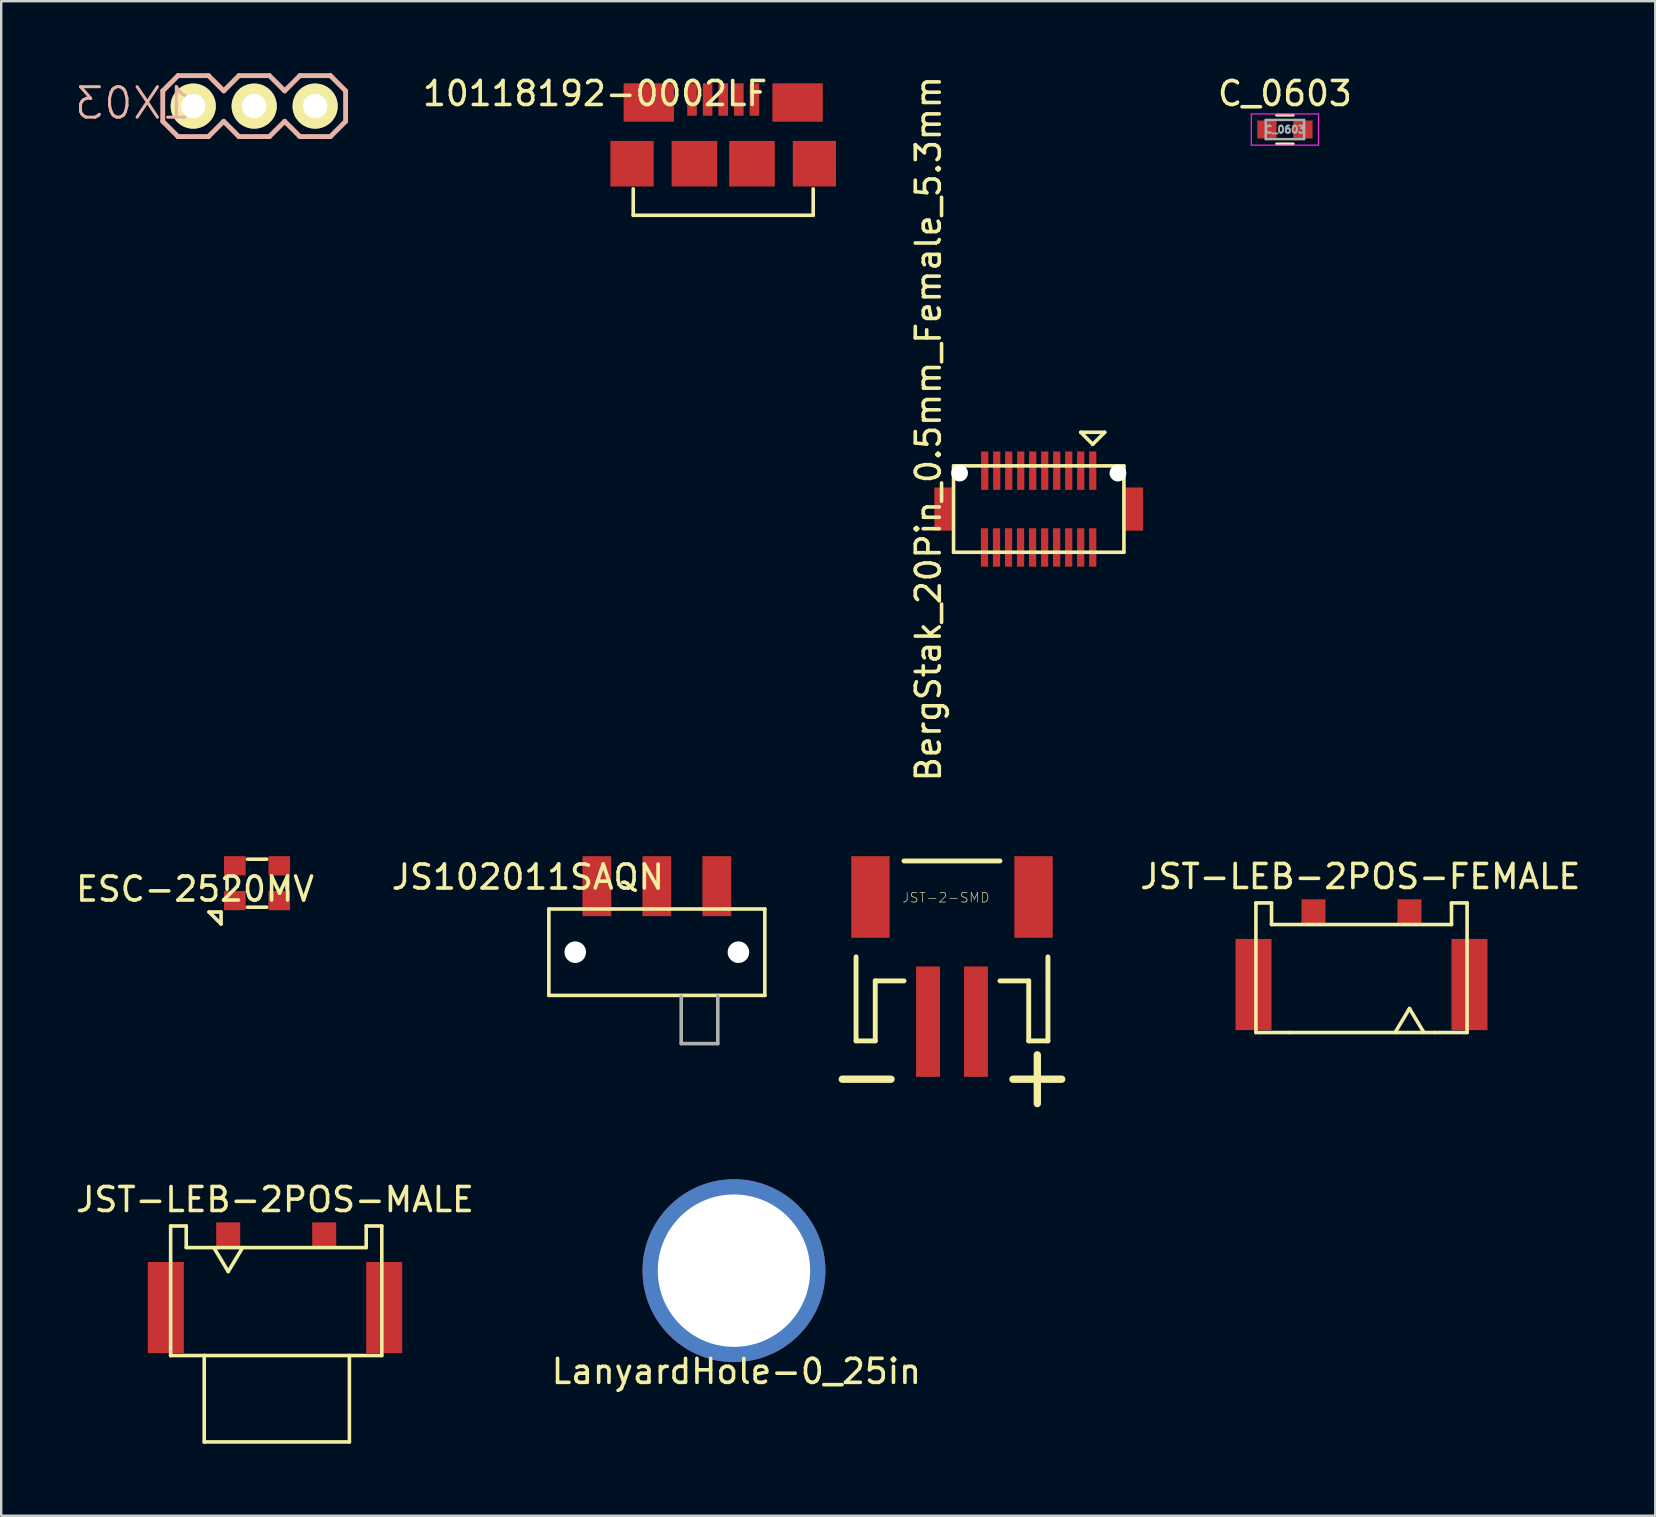
<source format=kicad_pcb>
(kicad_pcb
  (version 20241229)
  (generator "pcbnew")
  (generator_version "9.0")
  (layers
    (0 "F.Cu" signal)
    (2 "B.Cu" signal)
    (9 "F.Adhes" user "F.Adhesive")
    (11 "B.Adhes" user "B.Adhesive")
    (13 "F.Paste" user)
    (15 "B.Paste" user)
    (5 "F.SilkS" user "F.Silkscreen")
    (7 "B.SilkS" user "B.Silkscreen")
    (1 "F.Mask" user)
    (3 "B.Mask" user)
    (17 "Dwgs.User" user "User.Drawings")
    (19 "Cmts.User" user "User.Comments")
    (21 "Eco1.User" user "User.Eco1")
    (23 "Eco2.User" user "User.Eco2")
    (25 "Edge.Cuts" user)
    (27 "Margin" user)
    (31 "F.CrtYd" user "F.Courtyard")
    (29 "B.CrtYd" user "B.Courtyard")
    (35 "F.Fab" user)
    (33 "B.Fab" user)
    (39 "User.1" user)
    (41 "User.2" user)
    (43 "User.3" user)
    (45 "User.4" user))
  (footprint "10118192-0002LF"
    (layer "F.Cu")
    (at 27.089 3.772)
    (property "Reference" "10118192-0002LF" (at -5.343 -2.924 0) (layer "F.SilkS") (effects (font (size 1 1) (thickness 0.15))))
    (attr smd)
    (fp_line (start -3.75 1.05) (end -3.75 2.15) (stroke (width 0.15) (type solid)) (layer "F.SilkS"))
    (fp_line (start -3.75 2.15) (end 3.75 2.15) (stroke (width 0.15) (type solid)) (layer "F.SilkS"))
    (fp_line (start 3.75 2.15) (end 3.75 1.05) (stroke (width 0.15) (type solid)) (layer "F.SilkS"))
    (pad "1" smd rect (at -1.3 -2.675) (size 0.4 1.35) (layers "F.Cu" "F.Mask" "F.Paste"))
    (pad "2" smd rect (at -0.65 -2.675) (size 0.4 1.35) (layers "F.Cu" "F.Mask" "F.Paste"))
    (pad "3" smd rect (at 0 -2.675) (size 0.4 1.35) (layers "F.Cu" "F.Mask" "F.Paste"))
    (pad "4" smd rect (at 0.65 -2.675) (size 0.4 1.35) (layers "F.Cu" "F.Mask" "F.Paste"))
    (pad "5" smd rect (at 1.3 -2.675) (size 0.4 1.35) (layers "F.Cu" "F.Mask" "F.Paste"))
    (pad "6" smd rect (at -3.8 0) (size 1.8 1.9) (layers "F.Cu" "F.Mask" "F.Paste"))
    (pad "6" smd rect (at -3.1 -2.55) (size 2.1 1.6) (layers "F.Cu" "F.Mask" "F.Paste"))
    (pad "6" smd rect (at -1.2 0) (size 1.9 1.9) (layers "F.Cu" "F.Mask" "F.Paste"))
    (pad "6" smd rect (at 1.2 0) (size 1.9 1.9) (layers "F.Cu" "F.Mask" "F.Paste"))
    (pad "6" smd rect (at 3.1 -2.55) (size 2.1 1.6) (layers "F.Cu" "F.Mask" "F.Paste"))
    (pad "6" smd rect (at 3.8 0) (size 1.8 1.9) (layers "F.Cu" "F.Mask" "F.Paste")))
  (footprint "LanyardHole-0_25in"
    (layer "F.Cu")
    (at 27.537 49.903)
    (property "Reference" "LanyardHole-0_25in" (at 0.1 4.2 0) (layer "F.SilkS") (effects (font (size 1 1) (thickness 0.15))))
    (attr through_hole)
    (pad "" thru_hole circle (at 0 0) (size 7.62 7.62) (drill 6.35) (layers "*.Cu" "*.Mask")))
  (footprint "JST-LEB-2POS-FEMALE"
    (layer "F.Cu")
    (at 53.689 39.979)
    (property "Reference" "JST-LEB-2POS-FEMALE" (at -0.05 -6.5 180) (layer "F.SilkS") (effects (font (size 1 1) (thickness 0.15))))
    (attr smd)
    (fp_line (start -4.4 -5.4) (end -4.4 0) (stroke (width 0.15) (type solid)) (layer "F.SilkS"))
    (fp_line (start -4.4 0) (end -3 0) (stroke (width 0.15) (type solid)) (layer "F.SilkS"))
    (fp_line (start -3.75 -5.4) (end -4.4 -5.4) (stroke (width 0.15) (type solid)) (layer "F.SilkS"))
    (fp_line (start -3.75 -4.5) (end -3.75 -5.4) (stroke (width 0.15) (type solid)) (layer "F.SilkS"))
    (fp_line (start -3 0) (end 3.05 0) (stroke (width 0.15) (type solid)) (layer "F.SilkS"))
    (fp_line (start 2 -1) (end 1.4 0) (stroke (width 0.15) (type solid)) (layer "F.SilkS"))
    (fp_line (start 2 -1) (end 2.6 0) (stroke (width 0.15) (type solid)) (layer "F.SilkS"))
    (fp_line (start 3.05 0) (end 4.4 0) (stroke (width 0.15) (type solid)) (layer "F.SilkS"))
    (fp_line (start 3.75 -5.4) (end 3.75 -4.5) (stroke (width 0.15) (type solid)) (layer "F.SilkS"))
    (fp_line (start 3.75 -4.5) (end -3.75 -4.5) (stroke (width 0.15) (type solid)) (layer "F.SilkS"))
    (fp_line (start 4.4 -5.4) (end 3.75 -5.4) (stroke (width 0.15) (type solid)) (layer "F.SilkS"))
    (fp_line (start 4.4 0) (end 4.4 -5.4) (stroke (width 0.15) (type solid)) (layer "F.SilkS"))
    (pad "" smd rect (at -4.5 -2) (size 1.5 3.8) (layers "F.Cu"))
    (pad "" smd rect (at -4.15 -2) (size 0.8 1.4) (layers "F.Mask" "F.Paste"))
    (pad "" smd rect (at 4.15 -2) (size 0.8 1.4) (layers "F.Mask" "F.Paste"))
    (pad "" smd rect (at 4.5 -2) (size 1.5 3.8) (layers "F.Cu"))
    (pad "1" smd rect (at 2 -5.05) (size 1 1) (layers "F.Cu" "F.Mask" "F.Paste"))
    (pad "2" smd rect (at -2 -5.05) (size 1 1) (layers "F.Cu" "F.Mask" "F.Paste")))
  (footprint "C_0603"
    (layer "F.Cu")
    (at 50.498 2.348)
    (property "Reference" "C_0603" (at 0 -1.5 180) (layer "F.SilkS") (effects (font (size 1 1) (thickness 0.15))))
    (attr smd)
    (fp_line (start -0.35 -0.6) (end 0.35 -0.6) (stroke (width 0.12) (type solid)) (layer "F.SilkS"))
    (fp_line (start 0.35 0.6) (end -0.35 0.6) (stroke (width 0.12) (type solid)) (layer "F.SilkS"))
    (fp_line (start -1.4 -0.65) (end -1.4 0.65) (stroke (width 0.05) (type solid)) (layer "F.CrtYd"))
    (fp_line (start -1.4 -0.65) (end 1.4 -0.65) (stroke (width 0.05) (type solid)) (layer "F.CrtYd"))
    (fp_line (start 1.4 0.65) (end -1.4 0.65) (stroke (width 0.05) (type solid)) (layer "F.CrtYd"))
    (fp_line (start 1.4 0.65) (end 1.4 -0.65) (stroke (width 0.05) (type solid)) (layer "F.CrtYd"))
    (fp_line (start -0.8 -0.4) (end 0.8 -0.4) (stroke (width 0.1) (type solid)) (layer "F.Fab"))
    (fp_line (start -0.8 0.4) (end -0.8 -0.4) (stroke (width 0.1) (type solid)) (layer "F.Fab"))
    (fp_line (start 0.8 -0.4) (end 0.8 0.4) (stroke (width 0.1) (type solid)) (layer "F.Fab"))
    (fp_line (start 0.8 0.4) (end -0.8 0.4) (stroke (width 0.1) (type solid)) (layer "F.Fab"))
    (fp_text user "${REFERENCE}" (at 0 0 180) (layer "F.Fab") (effects (font (size 0.3 0.3) (thickness 0.075))))
    (pad "1" smd rect (at -0.75 0) (size 0.8 0.75) (layers "F.Cu" "F.Mask" "F.Paste"))
    (pad "2" smd rect (at 0.75 0) (size 0.8 0.75) (layers "F.Cu" "F.Mask" "F.Paste")))
  (footprint "JS102011SAQN"
    (layer "F.Cu")
    (at 24.323 36.631)
    (property "Reference" "JS102011SAQN" (at -5.377 -3.13 180) (layer "F.SilkS") (effects (font (size 1 1) (thickness 0.15))))
    (attr through_hole)
    (fp_line (start -4.5 -1.8) (end 4.5 -1.8) (stroke (width 0.15) (type solid)) (layer "F.SilkS"))
    (fp_line (start -4.5 1.8) (end -4.5 -1.8) (stroke (width 0.15) (type solid)) (layer "F.SilkS"))
    (fp_line (start 4.5 -1.8) (end 4.5 1.8) (stroke (width 0.15) (type solid)) (layer "F.SilkS"))
    (fp_line (start 4.5 1.8) (end -4.5 1.8) (stroke (width 0.15) (type solid)) (layer "F.SilkS"))
    (fp_line (start 1.016 3.81) (end 1.016 1.841) (stroke (width 0.15) (type solid)) (layer "F.Fab"))
    (fp_line (start 2.54 1.841) (end 2.54 3.81) (stroke (width 0.15) (type solid)) (layer "F.Fab"))
    (fp_line (start 2.54 3.81) (end 1.016 3.81) (stroke (width 0.15) (type solid)) (layer "F.Fab"))
    (pad "" np_thru_hole circle (at -3.4 0) (size 0.9 0.9) (drill 0.9) (layers "*.Cu" "*.Mask"))
    (pad "" np_thru_hole circle (at 3.4 0) (size 0.9 0.9) (drill 0.9) (layers "*.Cu" "*.Mask"))
    (pad "1" smd rect (at -2.5 -2.75) (size 1.2 2.5) (layers "F.Cu" "F.Mask" "F.Paste"))
    (pad "2" smd rect (at 0 -2.75) (size 1.2 2.5) (layers "F.Cu" "F.Mask" "F.Paste"))
    (pad "3" smd rect (at 2.5 -2.75) (size 1.2 2.5) (layers "F.Cu" "F.Mask" "F.Paste")))
  (footprint "BergStak_20Pin_0.5mm_Female_5.3mm"
    (layer "F.Cu")
    (at 40.238 18.165)
    (property "Reference" "BergStak_20Pin_0.5mm_Female_5.3mm" (at -4.6 -3.35 270) (layer "F.SilkS") (effects (font (size 1 1) (thickness 0.15))))
    (attr smd)
    (fp_line (start -3.55 -1.8) (end 3.55 -1.8) (stroke (width 0.15) (type solid)) (layer "F.SilkS"))
    (fp_line (start -3.55 1.8) (end -3.55 -1.8) (stroke (width 0.15) (type solid)) (layer "F.SilkS"))
    (fp_line (start 1.75 -3.2) (end 2.25 -2.7) (stroke (width 0.15) (type solid)) (layer "F.SilkS"))
    (fp_line (start 2.25 -2.7) (end 2.75 -3.2) (stroke (width 0.15) (type solid)) (layer "F.SilkS"))
    (fp_line (start 2.75 -3.2) (end 1.75 -3.2) (stroke (width 0.15) (type solid)) (layer "F.SilkS"))
    (fp_line (start 3.55 -1.8) (end 3.55 1.8) (stroke (width 0.15) (type solid)) (layer "F.SilkS"))
    (fp_line (start 3.55 1.8) (end -3.55 1.8) (stroke (width 0.15) (type solid)) (layer "F.SilkS"))
    (pad "" smd rect (at -3.95 0) (size 0.8 1.8) (layers "F.Cu" "F.Mask" "F.Paste"))
    (pad "" np_thru_hole circle (at -3.3 -1.5) (size 0.7 0.7) (drill 0.7) (layers "*.Cu" "*.Mask"))
    (pad "" np_thru_hole circle (at 3.3 -1.5) (size 0.7 0.7) (drill 0.7) (layers "*.Cu" "*.Mask"))
    (pad "" smd rect (at 3.95 0) (size 0.8 1.8) (layers "F.Cu" "F.Mask" "F.Paste"))
    (pad "1" smd rect (at 2.25 -1.6) (size 0.3 1.6) (layers "F.Cu" "F.Mask" "F.Paste"))
    (pad "2" smd rect (at 1.75 -1.6) (size 0.3 1.6) (layers "F.Cu" "F.Mask" "F.Paste"))
    (pad "3" smd rect (at 1.25 -1.6) (size 0.3 1.6) (layers "F.Cu" "F.Mask" "F.Paste"))
    (pad "4" smd rect (at 0.75 -1.6) (size 0.3 1.6) (layers "F.Cu" "F.Mask" "F.Paste"))
    (pad "5" smd rect (at 0.25 -1.6) (size 0.3 1.6) (layers "F.Cu" "F.Mask" "F.Paste"))
    (pad "6" smd rect (at -0.25 -1.6) (size 0.3 1.6) (layers "F.Cu" "F.Mask" "F.Paste"))
    (pad "7" smd rect (at -0.75 -1.6) (size 0.3 1.6) (layers "F.Cu" "F.Mask" "F.Paste"))
    (pad "8" smd rect (at -1.25 -1.6) (size 0.3 1.6) (layers "F.Cu" "F.Mask" "F.Paste"))
    (pad "9" smd rect (at -1.75 -1.6) (size 0.3 1.6) (layers "F.Cu" "F.Mask" "F.Paste"))
    (pad "10" smd rect (at -2.25 -1.6) (size 0.3 1.6) (layers "F.Cu" "F.Mask" "F.Paste"))
    (pad "11" smd rect (at -2.26 1.6) (size 0.3 1.6) (layers "F.Cu" "F.Mask" "F.Paste"))
    (pad "12" smd rect (at -1.759 1.6) (size 0.3 1.6) (layers "F.Cu" "F.Mask" "F.Paste"))
    (pad "13" smd rect (at -1.258 1.6) (size 0.3 1.6) (layers "F.Cu" "F.Mask" "F.Paste"))
    (pad "14" smd rect (at -0.757 1.6) (size 0.3 1.6) (layers "F.Cu" "F.Mask" "F.Paste"))
    (pad "15" smd rect (at -0.256 1.6) (size 0.3 1.6) (layers "F.Cu" "F.Mask" "F.Paste"))
    (pad "16" smd rect (at 0.246 1.6) (size 0.3 1.6) (layers "F.Cu" "F.Mask" "F.Paste"))
    (pad "17" smd rect (at 0.747 1.6) (size 0.3 1.6) (layers "F.Cu" "F.Mask" "F.Paste"))
    (pad "18" smd rect (at 1.248 1.6) (size 0.3 1.6) (layers "F.Cu" "F.Mask" "F.Paste"))
    (pad "19" smd rect (at 1.749 1.6) (size 0.3 1.6) (layers "F.Cu" "F.Mask" "F.Paste"))
    (pad "20" smd rect (at 2.25 1.6) (size 0.3 1.6) (layers "F.Cu" "F.Mask" "F.Paste")))
  (footprint "JST-2-SMD"
    (layer "F.Cu")
    (at 36.623 35.829)
    (property "Reference" "JST-2-SMD" (at -0.254 -1.473 180) (layer "F.SilkS") (effects (font (size 0.406 0.406) (thickness 0.025))))
    (attr smd)
    (fp_line (start -3.998 0.998) (end -3.998 4.498) (stroke (width 0.203) (type solid)) (layer "F.SilkS"))
    (fp_line (start -3.998 4.498) (end -3.198 4.498) (stroke (width 0.203) (type solid)) (layer "F.SilkS"))
    (fp_line (start -3.198 1.999) (end -1.999 1.999) (stroke (width 0.203) (type solid)) (layer "F.SilkS"))
    (fp_line (start -3.198 4.498) (end -3.198 1.999) (stroke (width 0.203) (type solid)) (layer "F.SilkS"))
    (fp_line (start -2.54 6.096) (end -4.572 6.096) (stroke (width 0.305) (type solid)) (layer "F.SilkS"))
    (fp_line (start 1.999 -3) (end -1.999 -3) (stroke (width 0.203) (type solid)) (layer "F.SilkS"))
    (fp_line (start 1.999 1.999) (end 3.198 1.999) (stroke (width 0.203) (type solid)) (layer "F.SilkS"))
    (fp_line (start 2.54 6.096) (end 4.572 6.096) (stroke (width 0.305) (type solid)) (layer "F.SilkS"))
    (fp_line (start 3.198 1.999) (end 3.198 4.498) (stroke (width 0.203) (type solid)) (layer "F.SilkS"))
    (fp_line (start 3.198 4.498) (end 3.998 4.498) (stroke (width 0.203) (type solid)) (layer "F.SilkS"))
    (fp_line (start 3.556 5.08) (end 3.556 7.112) (stroke (width 0.305) (type solid)) (layer "F.SilkS"))
    (fp_line (start 3.998 4.498) (end 3.998 0.998) (stroke (width 0.203) (type solid)) (layer "F.SilkS"))
    (pad "1" smd rect (at 0.998 3.698) (size 0.998 4.6) (layers "F.Cu" "F.Mask" "F.Paste"))
    (pad "2" smd rect (at -0.998 3.698) (size 0.998 4.6) (layers "F.Cu" "F.Mask" "F.Paste"))
    (pad "NC1" smd rect (at -3.399 -1.499 90) (size 3.399 1.598) (layers "F.Cu" "F.Mask" "F.Paste"))
    (pad "NC2" smd rect (at 3.399 -1.499 90) (size 3.399 1.598) (layers "F.Cu" "F.Mask" "F.Paste")))
  (footprint "1X03"
    (layer "F.Cu")
    (at 5.003 1.372)
    (property "Reference" "1X03" (at -2.52 -0.12 180) (layer "B.SilkS") (effects (font (size 1.27 1.27) (thickness 0.127)) (justify mirror)))
    (attr exclude_from_pos_files exclude_from_bom)
    (fp_line (start -0.254 -0.254) (end 0.254 -0.254) (stroke (width 0.066) (type solid)) (layer "F.SilkS"))
    (fp_line (start -0.254 0.254) (end -0.254 -0.254) (stroke (width 0.066) (type solid)) (layer "F.SilkS"))
    (fp_line (start -0.254 0.254) (end 0.254 0.254) (stroke (width 0.066) (type solid)) (layer "F.SilkS"))
    (fp_line (start 0.254 0.254) (end 0.254 -0.254) (stroke (width 0.066) (type solid)) (layer "F.SilkS"))
    (fp_line (start 2.286 -0.254) (end 2.794 -0.254) (stroke (width 0.066) (type solid)) (layer "F.SilkS"))
    (fp_line (start 2.286 0.254) (end 2.286 -0.254) (stroke (width 0.066) (type solid)) (layer "F.SilkS"))
    (fp_line (start 2.286 0.254) (end 2.794 0.254) (stroke (width 0.066) (type solid)) (layer "F.SilkS"))
    (fp_line (start 2.794 0.254) (end 2.794 -0.254) (stroke (width 0.066) (type solid)) (layer "F.SilkS"))
    (fp_line (start 4.826 -0.254) (end 5.334 -0.254) (stroke (width 0.066) (type solid)) (layer "F.SilkS"))
    (fp_line (start 4.826 0.254) (end 4.826 -0.254) (stroke (width 0.066) (type solid)) (layer "F.SilkS"))
    (fp_line (start 4.826 0.254) (end 5.334 0.254) (stroke (width 0.066) (type solid)) (layer "F.SilkS"))
    (fp_line (start 5.334 0.254) (end 5.334 -0.254) (stroke (width 0.066) (type solid)) (layer "F.SilkS"))
    (fp_line (start -1.27 -0.635) (end -1.27 0.635) (stroke (width 0.203) (type solid)) (layer "B.SilkS"))
    (fp_line (start -1.27 0.635) (end -0.635 1.27) (stroke (width 0.203) (type solid)) (layer "B.SilkS"))
    (fp_line (start -0.635 -1.27) (end -1.27 -0.635) (stroke (width 0.203) (type solid)) (layer "B.SilkS"))
    (fp_line (start -0.635 -1.27) (end 0.635 -1.27) (stroke (width 0.203) (type solid)) (layer "B.SilkS"))
    (fp_line (start 0.635 -1.27) (end 1.27 -0.635) (stroke (width 0.203) (type solid)) (layer "B.SilkS"))
    (fp_line (start 0.635 1.27) (end -0.635 1.27) (stroke (width 0.203) (type solid)) (layer "B.SilkS"))
    (fp_line (start 1.27 -0.635) (end 1.905 -1.27) (stroke (width 0.203) (type solid)) (layer "B.SilkS"))
    (fp_line (start 1.27 0.635) (end 0.635 1.27) (stroke (width 0.203) (type solid)) (layer "B.SilkS"))
    (fp_line (start 1.905 -1.27) (end 3.175 -1.27) (stroke (width 0.203) (type solid)) (layer "B.SilkS"))
    (fp_line (start 1.905 1.27) (end 1.27 0.635) (stroke (width 0.203) (type solid)) (layer "B.SilkS"))
    (fp_line (start 3.175 -1.27) (end 3.81 -0.635) (stroke (width 0.203) (type solid)) (layer "B.SilkS"))
    (fp_line (start 3.175 1.27) (end 1.905 1.27) (stroke (width 0.203) (type solid)) (layer "B.SilkS"))
    (fp_line (start 3.81 -0.635) (end 4.445 -1.27) (stroke (width 0.203) (type solid)) (layer "B.SilkS"))
    (fp_line (start 3.81 0.635) (end 3.175 1.27) (stroke (width 0.203) (type solid)) (layer "B.SilkS"))
    (fp_line (start 4.445 -1.27) (end 5.715 -1.27) (stroke (width 0.203) (type solid)) (layer "B.SilkS"))
    (fp_line (start 4.445 1.27) (end 3.81 0.635) (stroke (width 0.203) (type solid)) (layer "B.SilkS"))
    (fp_line (start 5.715 -1.27) (end 6.35 -0.635) (stroke (width 0.203) (type solid)) (layer "B.SilkS"))
    (fp_line (start 5.715 1.27) (end 4.445 1.27) (stroke (width 0.203) (type solid)) (layer "B.SilkS"))
    (fp_line (start 6.35 -0.635) (end 6.35 0.635) (stroke (width 0.203) (type solid)) (layer "B.SilkS"))
    (fp_line (start 6.35 0.635) (end 5.715 1.27) (stroke (width 0.203) (type solid)) (layer "B.SilkS"))
    (pad "1" thru_hole circle (at 0 0) (size 1.88 1.88) (drill 1.016) (layers "*.Cu" "*.Mask" "F.SilkS" "F.Paste"))
    (pad "2" thru_hole circle (at 2.54 0) (size 1.88 1.88) (drill 1.016) (layers "*.Cu" "*.Mask" "F.SilkS" "F.Paste"))
    (pad "3" thru_hole circle (at 5.08 0) (size 1.88 1.88) (drill 1.016) (layers "*.Cu" "*.Mask" "F.SilkS" "F.Paste")))
  (footprint "JST-LEB-2POS-MALE"
    (layer "F.Cu")
    (at 8.461 53.441)
    (property "Reference" "JST-LEB-2POS-MALE" (at -0.05 -6.5 0) (layer "F.SilkS") (effects (font (size 1 1) (thickness 0.15))))
    (attr smd)
    (fp_line (start -4.4 -5.4) (end -4.4 0) (stroke (width 0.15) (type solid)) (layer "F.SilkS"))
    (fp_line (start -4.4 0) (end -3 0) (stroke (width 0.15) (type solid)) (layer "F.SilkS"))
    (fp_line (start -3.75 -5.4) (end -4.4 -5.4) (stroke (width 0.15) (type solid)) (layer "F.SilkS"))
    (fp_line (start -3.75 -4.5) (end -3.75 -5.4) (stroke (width 0.15) (type solid)) (layer "F.SilkS"))
    (fp_line (start -3 0) (end -3 3.6) (stroke (width 0.15) (type solid)) (layer "F.SilkS"))
    (fp_line (start -3 0) (end 3.05 0) (stroke (width 0.15) (type solid)) (layer "F.SilkS"))
    (fp_line (start -3 3.6) (end 3.05 3.6) (stroke (width 0.15) (type solid)) (layer "F.SilkS"))
    (fp_line (start -2 -3.5) (end -2.6 -4.5) (stroke (width 0.15) (type solid)) (layer "F.SilkS"))
    (fp_line (start -2 -3.5) (end -1.4 -4.5) (stroke (width 0.15) (type solid)) (layer "F.SilkS"))
    (fp_line (start 3.05 0) (end 4.4 0) (stroke (width 0.15) (type solid)) (layer "F.SilkS"))
    (fp_line (start 3.05 3.6) (end 3.05 0) (stroke (width 0.15) (type solid)) (layer "F.SilkS"))
    (fp_line (start 3.75 -5.4) (end 3.75 -4.5) (stroke (width 0.15) (type solid)) (layer "F.SilkS"))
    (fp_line (start 3.75 -4.5) (end -3.75 -4.5) (stroke (width 0.15) (type solid)) (layer "F.SilkS"))
    (fp_line (start 4.4 -5.4) (end 3.75 -5.4) (stroke (width 0.15) (type solid)) (layer "F.SilkS"))
    (fp_line (start 4.4 0) (end 4.4 -5.4) (stroke (width 0.15) (type solid)) (layer "F.SilkS"))
    (pad "" smd rect (at -4.6 -2) (size 1.5 3.8) (layers "F.Cu"))
    (pad "" smd rect (at -4.15 -2) (size 0.8 1.4) (layers "F.Mask" "F.Paste"))
    (pad "" smd rect (at 4.15 -2) (size 0.8 1.4) (layers "F.Mask" "F.Paste"))
    (pad "" smd rect (at 4.5 -2) (size 1.5 3.8) (layers "F.Cu"))
    (pad "1" smd rect (at -2 -5.05) (size 1 1) (layers "F.Cu" "F.Mask" "F.Paste"))
    (pad "2" smd rect (at 2 -5.05) (size 1 1) (layers "F.Cu" "F.Mask" "F.Paste")))
  (footprint "ESC-2520MV"
    (layer "F.Cu")
    (at 7.662 33.756)
    (property "Reference" "ESC-2520MV" (at -2.585 0.245 180) (layer "F.SilkS") (effects (font (size 1 1) (thickness 0.15))))
    (attr smd)
    (fp_line (start -2 1.2) (end -1.5 1.2) (stroke (width 0.15) (type solid)) (layer "F.SilkS"))
    (fp_line (start -1.5 1.2) (end -1.5 1.7) (stroke (width 0.15) (type solid)) (layer "F.SilkS"))
    (fp_line (start -1.5 1.7) (end -2 1.2) (stroke (width 0.15) (type solid)) (layer "F.SilkS"))
    (fp_line (start -1.25 -0.25) (end -1.25 0.25) (stroke (width 0.15) (type solid)) (layer "F.SilkS"))
    (fp_line (start -0.4 -1) (end 0.4 -1) (stroke (width 0.15) (type solid)) (layer "F.SilkS"))
    (fp_line (start -0.4 1) (end 0.4 1) (stroke (width 0.15) (type solid)) (layer "F.SilkS"))
    (fp_line (start 1.25 -0.25) (end 1.25 0.25) (stroke (width 0.15) (type solid)) (layer "F.SilkS"))
    (pad "1" smd rect (at -0.925 0.725) (size 0.9 0.8) (layers "F.Cu" "F.Mask" "F.Paste"))
    (pad "2" smd rect (at 0.925 0.725) (size 0.9 0.8) (layers "F.Cu" "F.Mask" "F.Paste"))
    (pad "3" smd rect (at 0.925 -0.725) (size 0.9 0.8) (layers "F.Cu" "F.Mask" "F.Paste"))
    (pad "4" smd rect (at -0.925 -0.725) (size 0.9 0.8) (layers "F.Cu" "F.Mask" "F.Paste")))
  (gr_rect
    (start -3 -3)
    (end 65.931 60.116)
    (stroke (width 0.1) (type default))
    (fill no)
    (layer "Edge.Cuts")))
</source>
